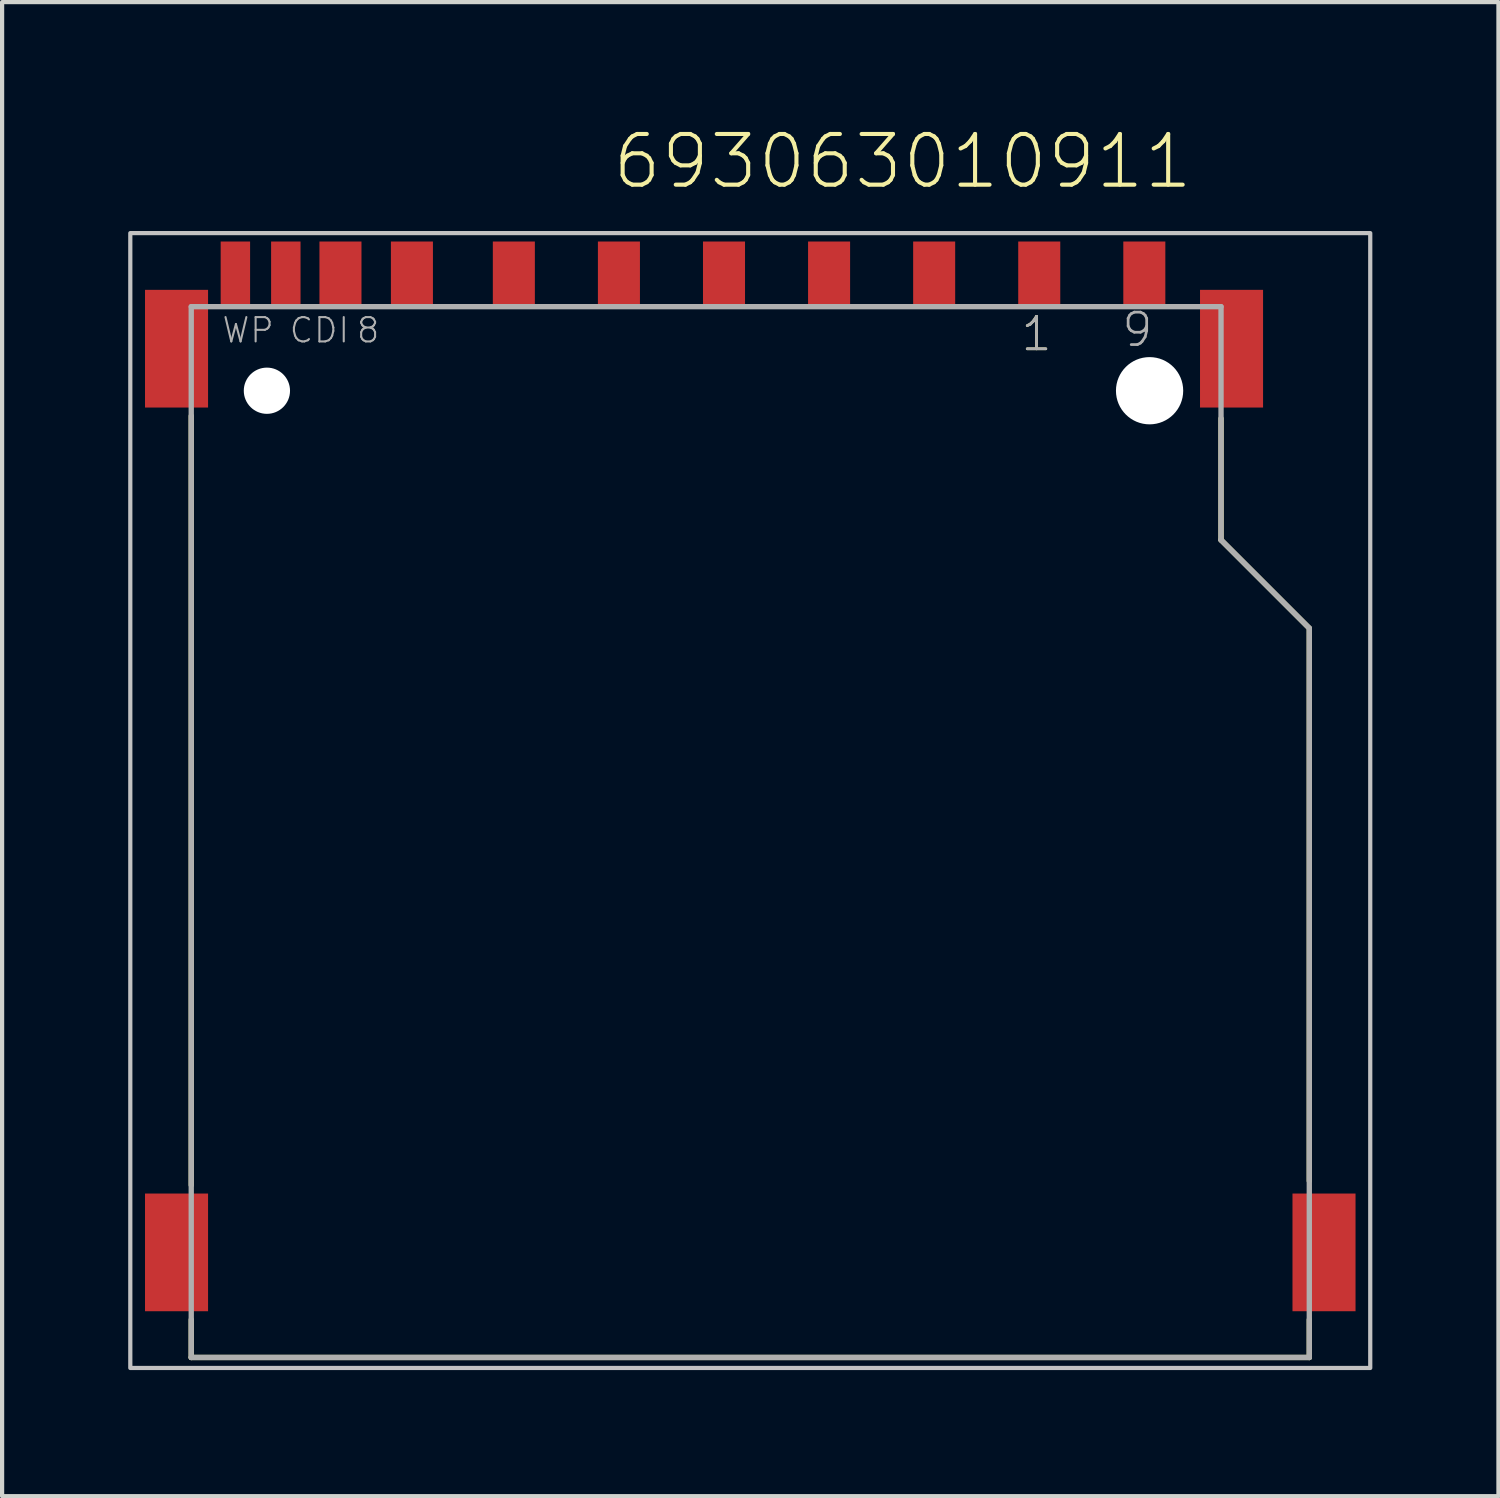
<source format=kicad_pcb>
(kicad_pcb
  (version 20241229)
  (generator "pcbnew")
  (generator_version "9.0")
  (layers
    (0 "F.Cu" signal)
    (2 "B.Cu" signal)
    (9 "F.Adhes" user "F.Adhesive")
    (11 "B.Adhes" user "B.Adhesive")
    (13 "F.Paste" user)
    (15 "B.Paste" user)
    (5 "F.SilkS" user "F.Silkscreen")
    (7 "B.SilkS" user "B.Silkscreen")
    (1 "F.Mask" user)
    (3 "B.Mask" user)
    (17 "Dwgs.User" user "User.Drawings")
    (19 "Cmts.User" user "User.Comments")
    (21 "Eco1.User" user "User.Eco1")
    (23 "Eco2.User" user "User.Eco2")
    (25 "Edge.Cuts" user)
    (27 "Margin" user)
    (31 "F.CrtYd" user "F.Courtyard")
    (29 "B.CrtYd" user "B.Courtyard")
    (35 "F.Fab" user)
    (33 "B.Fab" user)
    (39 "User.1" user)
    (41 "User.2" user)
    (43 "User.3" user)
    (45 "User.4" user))
  (footprint "693063010911"
    (layer "F.Cu")
    (at 14.8 6.246)
    (property "Reference" "693063010911" (at -3.33 -4.75 0) (layer "F.SilkS") (effects (font (size 1.206 1.206) (thickness 0.097)) (justify left bottom)))
    (attr through_hole)
    (fp_line (start -13.3 0.6) (end -13.3 18.9) (stroke (width 0.127) (type solid)) (layer "F.SilkS"))
    (fp_line (start -13.3 22.1) (end -13.3 23) (stroke (width 0.127) (type solid)) (layer "F.SilkS"))
    (fp_line (start -13.3 23) (end 13.3 23) (stroke (width 0.127) (type solid)) (layer "F.SilkS"))
    (fp_line (start 11.2 0.66) (end 11.2 3.55) (stroke (width 0.127) (type solid)) (layer "F.SilkS"))
    (fp_line (start 11.2 3.55) (end 13.3 5.65) (stroke (width 0.127) (type solid)) (layer "F.SilkS"))
    (fp_line (start 13.3 18.8) (end 13.3 5.7) (stroke (width 0.127) (type solid)) (layer "F.SilkS"))
    (fp_line (start 13.3 23) (end 13.3 22.1) (stroke (width 0.127) (type solid)) (layer "F.SilkS"))
    (fp_poly (pts (xy -14.75 -3.75) (xy 14.75 -3.75) (xy 14.75 23.25) (xy -14.75 23.25)) (stroke (width 0.1) (type solid)) (fill no) (layer "Dwgs.User"))
    (fp_line (start -13.3 -2) (end 11.2 -2) (stroke (width 0.127) (type solid)) (layer "F.Fab"))
    (fp_line (start -13.3 23) (end -13.3 -2) (stroke (width 0.127) (type solid)) (layer "F.Fab"))
    (fp_line (start 11.2 3.55) (end 11.2 -2) (stroke (width 0.127) (type solid)) (layer "F.Fab"))
    (fp_line (start 11.2 3.55) (end 13.3 5.65) (stroke (width 0.127) (type solid)) (layer "F.Fab"))
    (fp_line (start 13.3 23) (end -13.3 23) (stroke (width 0.127) (type solid)) (layer "F.Fab"))
    (fp_line (start 13.3 23) (end 13.3 5.65) (stroke (width 0.127) (type solid)) (layer "F.Fab"))
    (fp_text user "1" (at 6.4 -0.9 0) (layer "F.SilkS") (effects (font (size 0.772 0.772) (thickness 0.065)) (justify left bottom)))
    (fp_text user "8" (at -9.4 -1.1 0) (layer "F.Fab") (effects (font (size 0.579 0.579) (thickness 0.049)) (justify left bottom)))
    (fp_text user "WP" (at -12.6 -1.1 0) (layer "F.Fab") (effects (font (size 0.579 0.579) (thickness 0.049)) (justify left bottom)))
    (fp_text user "9" (at 8.8 -1 0) (layer "F.Fab") (effects (font (size 0.772 0.772) (thickness 0.065)) (justify left bottom)))
    (fp_text user "CDI" (at -11 -1.1 0) (layer "F.Fab") (effects (font (size 0.579 0.579) (thickness 0.049)) (justify left bottom)))
    (fp_text user "1" (at 6.4 -0.9 0) (layer "F.Fab") (effects (font (size 0.772 0.772) (thickness 0.065)) (justify left bottom)))
    (pad "" np_thru_hole circle (at -11.5 0) (size 1.1 1.1) (drill 1.1) (layers "*.Cu" "*.Mask"))
    (pad "" np_thru_hole circle (at 9.5 0) (size 1.6 1.6) (drill 1.6) (layers "*.Cu" "*.Mask"))
    (pad "1" smd rect (at 6.875 -2.8) (size 1 1.5) (layers "F.Cu" "F.Mask" "F.Paste"))
    (pad "2" smd rect (at 4.375 -2.8) (size 1 1.5) (layers "F.Cu" "F.Mask" "F.Paste"))
    (pad "3" smd rect (at 1.875 -2.8) (size 1 1.5) (layers "F.Cu" "F.Mask" "F.Paste"))
    (pad "4" smd rect (at -0.625 -2.8) (size 1 1.5) (layers "F.Cu" "F.Mask" "F.Paste"))
    (pad "5" smd rect (at -3.125 -2.8) (size 1 1.5) (layers "F.Cu" "F.Mask" "F.Paste"))
    (pad "6" smd rect (at -5.625 -2.8) (size 1 1.5) (layers "F.Cu" "F.Mask" "F.Paste"))
    (pad "7" smd rect (at -8.05 -2.8) (size 1 1.5) (layers "F.Cu" "F.Mask" "F.Paste"))
    (pad "8" smd rect (at -9.75 -2.8) (size 1 1.5) (layers "F.Cu" "F.Mask" "F.Paste"))
    (pad "9" smd rect (at 9.375 -2.8) (size 1 1.5) (layers "F.Cu" "F.Mask" "F.Paste"))
    (pad "CDI" smd rect (at -11.05 -2.8) (size 0.7 1.5) (layers "F.Cu" "F.Mask" "F.Paste"))
    (pad "WP" smd rect (at -12.25 -2.8) (size 0.7 1.5) (layers "F.Cu" "F.Mask" "F.Paste"))
    (pad "Z1" smd rect (at -13.65 -1) (size 1.5 2.8) (layers "F.Cu" "F.Mask" "F.Paste"))
    (pad "Z2" smd rect (at 11.45 -1) (size 1.5 2.8) (layers "F.Cu" "F.Mask" "F.Paste"))
    (pad "Z3" smd rect (at 13.65 20.5) (size 1.5 2.8) (layers "F.Cu" "F.Mask" "F.Paste"))
    (pad "Z4" smd rect (at -13.65 20.5) (size 1.5 2.8) (layers "F.Cu" "F.Mask" "F.Paste")))
  (gr_rect
    (start -3 -3)
    (end 32.6 32.546)
    (stroke (width 0.1) (type default))
    (fill no)
    (layer "Edge.Cuts")))
</source>
